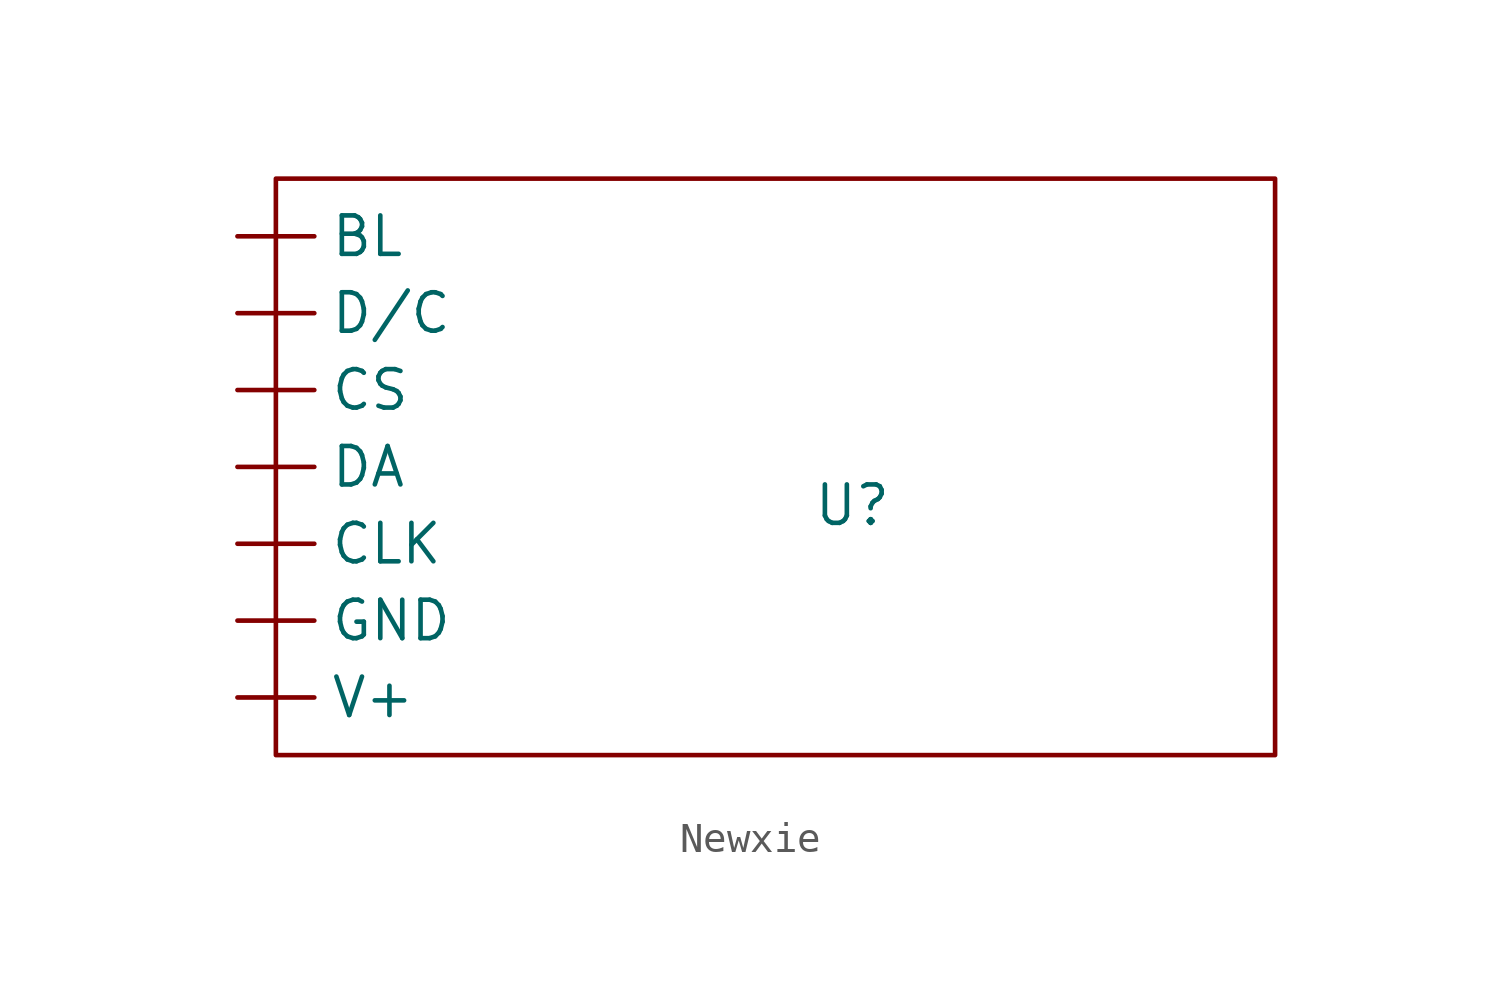
<source format=kicad_sym>
(kicad_symbol_lib
  (version 20241209)
  (generator "kicad_symbol_editor")
  (generator_version "9.0")
  (symbol "Newxie"
    (property "Reference" "U"
      (at 0 0 0)
      (effects (font (size 1.27 1.27))))
    (property "Value" ""
      (at 0 0 0)
      (effects (font (size 1.27 1.27))))
    (symbol "Newxie_0_1"
      (rectangle (start -19.05 10.795) (end 13.97 -8.255) (stroke (width 0) (type default)) (fill (type none))))
    (symbol "Newxie_1_1"
      (pin power_in line (at -20.32 8.89 0) (length 2.54) (name "BL" (effects (font (size 1.27 1.27)))) (number "" (effects (font (size 1.27 1.27)))))
      (pin bidirectional line (at -20.32 6.35 0) (length 2.54) (name "D/C" (effects (font (size 1.27 1.27)))) (number "" (effects (font (size 1.27 1.27)))))
      (pin input line (at -20.32 3.81 0) (length 2.54) (name "CS" (effects (font (size 1.27 1.27)))) (number "" (effects (font (size 1.27 1.27)))))
      (pin bidirectional line (at -20.32 1.27 0) (length 2.54) (name "DA" (effects (font (size 1.27 1.27)))) (number "" (effects (font (size 1.27 1.27)))))
      (pin input line (at -20.32 -1.27 0) (length 2.54) (name "CLK" (effects (font (size 1.27 1.27)))) (number "" (effects (font (size 1.27 1.27)))))
      (pin output line (at -20.32 -3.81 0) (length 2.54) (name "GND" (effects (font (size 1.27 1.27)))) (number "" (effects (font (size 1.27 1.27)))))
      (pin power_in line (at -20.32 -6.35 0) (length 2.54) (name "V+" (effects (font (size 1.27 1.27)))) (number "" (effects (font (size 1.27 1.27))))))))
</source>
